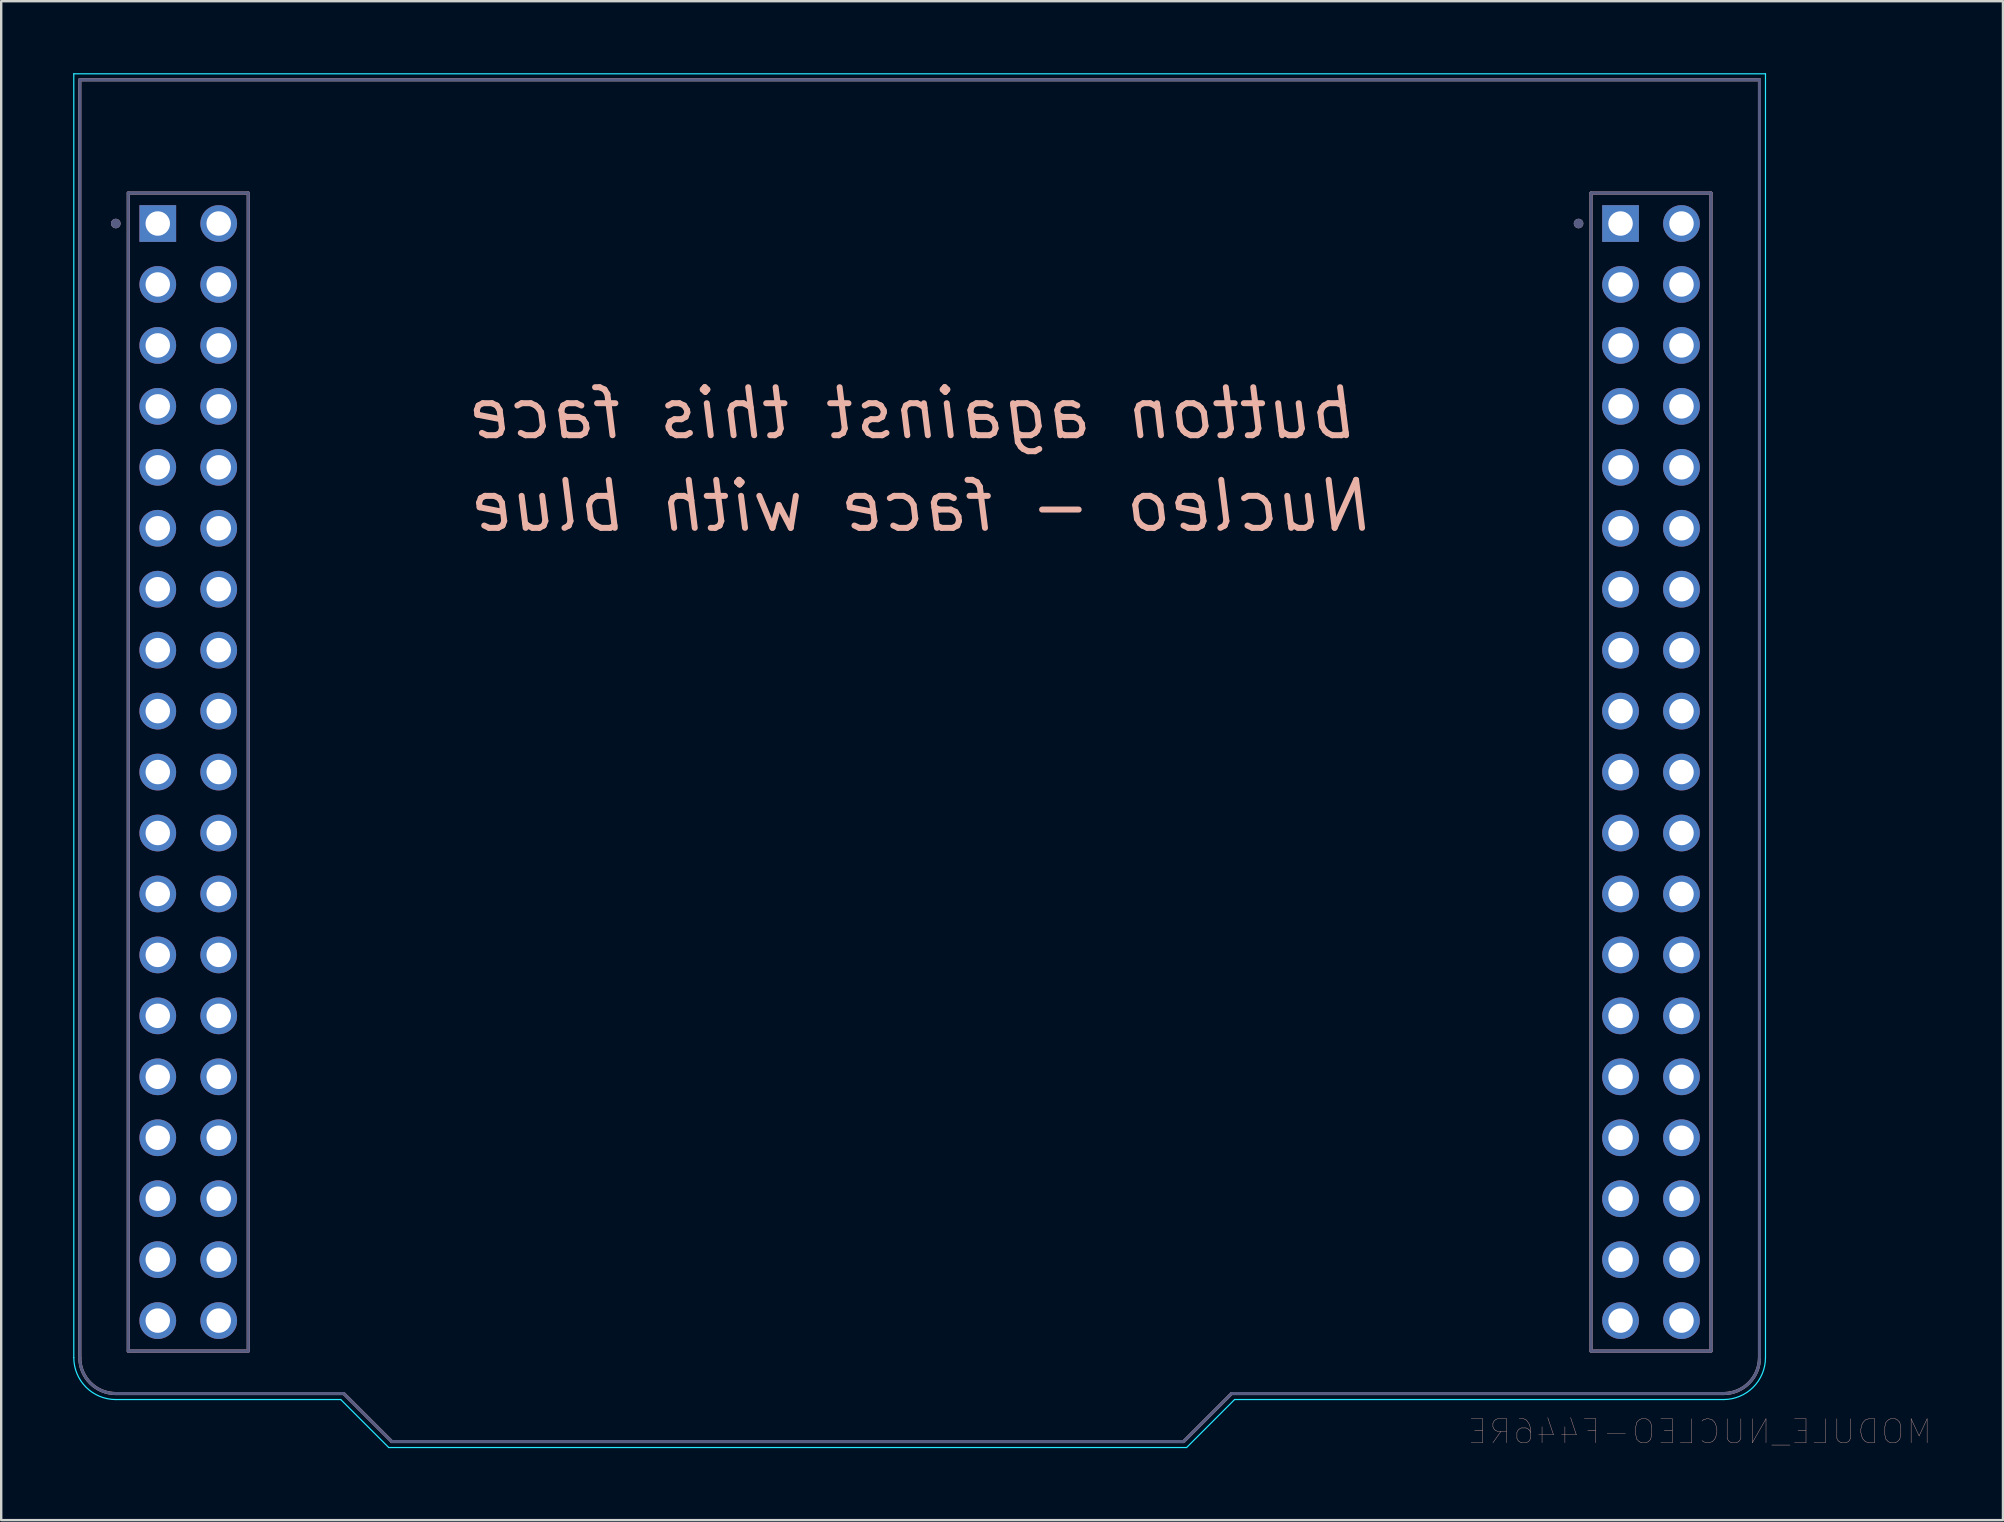
<source format=kicad_pcb>
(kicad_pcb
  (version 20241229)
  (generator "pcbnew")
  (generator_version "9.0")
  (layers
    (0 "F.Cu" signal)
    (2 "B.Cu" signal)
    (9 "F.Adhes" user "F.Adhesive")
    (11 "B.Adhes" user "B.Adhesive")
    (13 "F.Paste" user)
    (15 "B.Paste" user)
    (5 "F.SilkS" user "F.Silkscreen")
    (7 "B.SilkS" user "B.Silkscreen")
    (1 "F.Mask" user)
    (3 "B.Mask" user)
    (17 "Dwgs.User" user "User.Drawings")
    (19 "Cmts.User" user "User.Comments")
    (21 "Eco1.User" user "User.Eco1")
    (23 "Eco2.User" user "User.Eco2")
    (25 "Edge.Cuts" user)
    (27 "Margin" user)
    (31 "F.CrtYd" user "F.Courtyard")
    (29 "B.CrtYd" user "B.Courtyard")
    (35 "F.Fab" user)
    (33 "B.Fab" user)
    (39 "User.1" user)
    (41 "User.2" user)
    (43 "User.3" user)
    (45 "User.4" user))
  (footprint "MODULE_NUCLEO-F446RE"
    (layer "F.Cu")
    (at 35.275 15.775)
    (property "Reference" "MODULE_NUCLEO-F446RE" (at 32.51 40.84 0) (layer "B.SilkS") (effects (font (size 1 1) (thickness 0.015)) (justify mirror)))
    (attr through_hole)
    (fp_line (start -35 -15.5) (end 35 -15.5) (stroke (width 0.127) (type solid)) (layer "B.SilkS"))
    (fp_line (start -35 37.75) (end -35 -15.5) (stroke (width 0.127) (type solid)) (layer "B.SilkS"))
    (fp_line (start -32.98 -10.78) (end -32.98 37.48) (stroke (width 0.127) (type solid)) (layer "B.SilkS"))
    (fp_line (start -32.98 37.48) (end -27.98 37.48) (stroke (width 0.127) (type solid)) (layer "B.SilkS"))
    (fp_line (start -27.98 -10.78) (end -32.98 -10.78) (stroke (width 0.127) (type solid)) (layer "B.SilkS"))
    (fp_line (start -27.98 37.48) (end -27.98 -10.78) (stroke (width 0.127) (type solid)) (layer "B.SilkS"))
    (fp_line (start -24 39.25) (end -33.5 39.25) (stroke (width 0.127) (type solid)) (layer "B.SilkS"))
    (fp_line (start -22 41.25) (end -24 39.25) (stroke (width 0.127) (type solid)) (layer "B.SilkS"))
    (fp_line (start 11 41.25) (end -22 41.25) (stroke (width 0.127) (type solid)) (layer "B.SilkS"))
    (fp_line (start 13 39.25) (end 11 41.25) (stroke (width 0.127) (type solid)) (layer "B.SilkS"))
    (fp_line (start 27.98 -10.78) (end 27.98 37.48) (stroke (width 0.127) (type solid)) (layer "B.SilkS"))
    (fp_line (start 27.98 37.48) (end 32.98 37.48) (stroke (width 0.127) (type solid)) (layer "B.SilkS"))
    (fp_line (start 32.98 -10.78) (end 27.98 -10.78) (stroke (width 0.127) (type solid)) (layer "B.SilkS"))
    (fp_line (start 32.98 37.48) (end 32.98 -10.78) (stroke (width 0.127) (type solid)) (layer "B.SilkS"))
    (fp_line (start 33.5 39.25) (end 13 39.25) (stroke (width 0.127) (type solid)) (layer "B.SilkS"))
    (fp_line (start 35 -15.5) (end 35 37.75) (stroke (width 0.127) (type solid)) (layer "B.SilkS"))
    (fp_arc (start -33.5 39.25) (mid -34.56066 38.81066) (end -35 37.75) (stroke (width 0.127) (type solid)) (layer "B.SilkS"))
    (fp_arc (start 35 37.75) (mid 34.56066 38.81066) (end 33.5 39.25) (stroke (width 0.127) (type solid)) (layer "B.SilkS"))
    (fp_circle (center -33.5 -9.51) (end -33.4 -9.51) (stroke (width 0.2) (type solid)) (fill no) (layer "B.SilkS"))
    (fp_circle (center 27.46 -9.51) (end 27.56 -9.51) (stroke (width 0.2) (type solid)) (fill no) (layer "B.SilkS"))
    (fp_line (start -35.25 -15.75) (end 35.25 -15.75) (stroke (width 0.05) (type solid)) (layer "B.CrtYd"))
    (fp_line (start -35.25 37.75) (end -35.25 -15.75) (stroke (width 0.05) (type solid)) (layer "B.CrtYd"))
    (fp_line (start -24.125 39.5) (end -33.5 39.5) (stroke (width 0.05) (type solid)) (layer "B.CrtYd"))
    (fp_line (start -22.125 41.5) (end -24.125 39.5) (stroke (width 0.05) (type solid)) (layer "B.CrtYd"))
    (fp_line (start 11.125 41.5) (end -22.125 41.5) (stroke (width 0.05) (type solid)) (layer "B.CrtYd"))
    (fp_line (start 13.125 39.5) (end 11.125 41.5) (stroke (width 0.05) (type solid)) (layer "B.CrtYd"))
    (fp_line (start 33.5 39.5) (end 13.125 39.5) (stroke (width 0.05) (type solid)) (layer "B.CrtYd"))
    (fp_line (start 35.25 -15.75) (end 35.25 37.75) (stroke (width 0.05) (type solid)) (layer "B.CrtYd"))
    (fp_arc (start -33.5 39.5) (mid -34.737437 38.987437) (end -35.25 37.75) (stroke (width 0.05) (type solid)) (layer "B.CrtYd"))
    (fp_arc (start 35.25 37.75) (mid 34.737437 38.987437) (end 33.5 39.5) (stroke (width 0.05) (type solid)) (layer "B.CrtYd"))
    (fp_line (start -35 -15.5) (end 35 -15.5) (stroke (width 0.127) (type solid)) (layer "B.Fab"))
    (fp_line (start -35 37.75) (end -35 -15.5) (stroke (width 0.127) (type solid)) (layer "B.Fab"))
    (fp_line (start -32.98 -10.78) (end -32.98 37.48) (stroke (width 0.127) (type solid)) (layer "B.Fab"))
    (fp_line (start -32.98 37.48) (end -27.98 37.48) (stroke (width 0.127) (type solid)) (layer "B.Fab"))
    (fp_line (start -27.98 -10.78) (end -32.98 -10.78) (stroke (width 0.127) (type solid)) (layer "B.Fab"))
    (fp_line (start -27.98 37.48) (end -27.98 -10.78) (stroke (width 0.127) (type solid)) (layer "B.Fab"))
    (fp_line (start -24 39.25) (end -33.5 39.25) (stroke (width 0.127) (type solid)) (layer "B.Fab"))
    (fp_line (start -22 41.25) (end -24 39.25) (stroke (width 0.127) (type solid)) (layer "B.Fab"))
    (fp_line (start 11 41.25) (end -22 41.25) (stroke (width 0.127) (type solid)) (layer "B.Fab"))
    (fp_line (start 13 39.25) (end 11 41.25) (stroke (width 0.127) (type solid)) (layer "B.Fab"))
    (fp_line (start 27.98 -10.78) (end 27.98 37.48) (stroke (width 0.127) (type solid)) (layer "B.Fab"))
    (fp_line (start 27.98 37.48) (end 32.98 37.48) (stroke (width 0.127) (type solid)) (layer "B.Fab"))
    (fp_line (start 32.98 -10.78) (end 27.98 -10.78) (stroke (width 0.127) (type solid)) (layer "B.Fab"))
    (fp_line (start 32.98 37.48) (end 32.98 -10.78) (stroke (width 0.127) (type solid)) (layer "B.Fab"))
    (fp_line (start 33.5 39.25) (end 13 39.25) (stroke (width 0.127) (type solid)) (layer "B.Fab"))
    (fp_line (start 35 -15.5) (end 35 37.75) (stroke (width 0.127) (type solid)) (layer "B.Fab"))
    (fp_arc (start -33.5 39.25) (mid -34.56066 38.81066) (end -35 37.75) (stroke (width 0.127) (type solid)) (layer "B.Fab"))
    (fp_arc (start 35 37.75) (mid 34.56066 38.81066) (end 33.5 39.25) (stroke (width 0.127) (type solid)) (layer "B.Fab"))
    (fp_circle (center -33.5 -9.51) (end -33.4 -9.51) (stroke (width 0.2) (type solid)) (fill no) (layer "B.Fab"))
    (fp_circle (center 27.46 -9.51) (end 27.56 -9.51) (stroke (width 0.2) (type solid)) (fill no) (layer "B.Fab"))
    (fp_text user "Nucleo - face with blue" (at 0.14 2.26 180) (layer "B.SilkS") (effects (font (size 2 2) (thickness 0.25) (italic yes)) (justify mirror)))
    (fp_text user "button against this face" (at -0.24 -1.6 180) (layer "B.SilkS") (effects (font (size 2 2) (thickness 0.25) (italic yes)) (justify mirror)))
    (pad "CN7_1" thru_hole rect (at -31.75 -9.51) (size 1.53 1.53) (drill 1.02) (layers "*.Cu" "*.Mask"))
    (pad "CN7_2" thru_hole circle (at -29.21 -9.51) (size 1.53 1.53) (drill 1.02) (layers "*.Cu" "*.Mask"))
    (pad "CN7_3" thru_hole circle (at -31.75 -6.97) (size 1.53 1.53) (drill 1.02) (layers "*.Cu" "*.Mask"))
    (pad "CN7_4" thru_hole circle (at -29.21 -6.97) (size 1.53 1.53) (drill 1.02) (layers "*.Cu" "*.Mask"))
    (pad "CN7_5" thru_hole circle (at -31.75 -4.43) (size 1.53 1.53) (drill 1.02) (layers "*.Cu" "*.Mask"))
    (pad "CN7_6" thru_hole circle (at -29.21 -4.43) (size 1.53 1.53) (drill 1.02) (layers "*.Cu" "*.Mask"))
    (pad "CN7_7" thru_hole circle (at -31.75 -1.89) (size 1.53 1.53) (drill 1.02) (layers "*.Cu" "*.Mask"))
    (pad "CN7_8" thru_hole circle (at -29.21 -1.89) (size 1.53 1.53) (drill 1.02) (layers "*.Cu" "*.Mask"))
    (pad "CN7_9" thru_hole circle (at -31.75 0.65) (size 1.53 1.53) (drill 1.02) (layers "*.Cu" "*.Mask"))
    (pad "CN7_10" thru_hole circle (at -29.21 0.65) (size 1.53 1.53) (drill 1.02) (layers "*.Cu" "*.Mask"))
    (pad "CN7_11" thru_hole circle (at -31.75 3.19) (size 1.53 1.53) (drill 1.02) (layers "*.Cu" "*.Mask"))
    (pad "CN7_12" thru_hole circle (at -29.21 3.19) (size 1.53 1.53) (drill 1.02) (layers "*.Cu" "*.Mask"))
    (pad "CN7_13" thru_hole circle (at -31.75 5.73) (size 1.53 1.53) (drill 1.02) (layers "*.Cu" "*.Mask"))
    (pad "CN7_14" thru_hole circle (at -29.21 5.73) (size 1.53 1.53) (drill 1.02) (layers "*.Cu" "*.Mask"))
    (pad "CN7_15" thru_hole circle (at -31.75 8.27) (size 1.53 1.53) (drill 1.02) (layers "*.Cu" "*.Mask"))
    (pad "CN7_16" thru_hole circle (at -29.21 8.27) (size 1.53 1.53) (drill 1.02) (layers "*.Cu" "*.Mask"))
    (pad "CN7_17" thru_hole circle (at -31.75 10.81) (size 1.53 1.53) (drill 1.02) (layers "*.Cu" "*.Mask"))
    (pad "CN7_18" thru_hole circle (at -29.21 10.81) (size 1.53 1.53) (drill 1.02) (layers "*.Cu" "*.Mask"))
    (pad "CN7_19" thru_hole circle (at -31.75 13.35) (size 1.53 1.53) (drill 1.02) (layers "*.Cu" "*.Mask"))
    (pad "CN7_20" thru_hole circle (at -29.21 13.35) (size 1.53 1.53) (drill 1.02) (layers "*.Cu" "*.Mask"))
    (pad "CN7_21" thru_hole circle (at -31.75 15.89) (size 1.53 1.53) (drill 1.02) (layers "*.Cu" "*.Mask"))
    (pad "CN7_22" thru_hole circle (at -29.21 15.89) (size 1.53 1.53) (drill 1.02) (layers "*.Cu" "*.Mask"))
    (pad "CN7_23" thru_hole circle (at -31.75 18.43) (size 1.53 1.53) (drill 1.02) (layers "*.Cu" "*.Mask"))
    (pad "CN7_24" thru_hole circle (at -29.21 18.43) (size 1.53 1.53) (drill 1.02) (layers "*.Cu" "*.Mask"))
    (pad "CN7_25" thru_hole circle (at -31.75 20.97) (size 1.53 1.53) (drill 1.02) (layers "*.Cu" "*.Mask"))
    (pad "CN7_26" thru_hole circle (at -29.21 20.97) (size 1.53 1.53) (drill 1.02) (layers "*.Cu" "*.Mask"))
    (pad "CN7_27" thru_hole circle (at -31.75 23.51) (size 1.53 1.53) (drill 1.02) (layers "*.Cu" "*.Mask"))
    (pad "CN7_28" thru_hole circle (at -29.21 23.51) (size 1.53 1.53) (drill 1.02) (layers "*.Cu" "*.Mask"))
    (pad "CN7_29" thru_hole circle (at -31.75 26.05) (size 1.53 1.53) (drill 1.02) (layers "*.Cu" "*.Mask"))
    (pad "CN7_30" thru_hole circle (at -29.21 26.05) (size 1.53 1.53) (drill 1.02) (layers "*.Cu" "*.Mask"))
    (pad "CN7_31" thru_hole circle (at -31.75 28.59) (size 1.53 1.53) (drill 1.02) (layers "*.Cu" "*.Mask"))
    (pad "CN7_32" thru_hole circle (at -29.21 28.59) (size 1.53 1.53) (drill 1.02) (layers "*.Cu" "*.Mask"))
    (pad "CN7_33" thru_hole circle (at -31.75 31.13) (size 1.53 1.53) (drill 1.02) (layers "*.Cu" "*.Mask"))
    (pad "CN7_34" thru_hole circle (at -29.21 31.13) (size 1.53 1.53) (drill 1.02) (layers "*.Cu" "*.Mask"))
    (pad "CN7_35" thru_hole circle (at -31.75 33.67) (size 1.53 1.53) (drill 1.02) (layers "*.Cu" "*.Mask"))
    (pad "CN7_36" thru_hole circle (at -29.21 33.67) (size 1.53 1.53) (drill 1.02) (layers "*.Cu" "*.Mask"))
    (pad "CN7_37" thru_hole circle (at -31.75 36.21) (size 1.53 1.53) (drill 1.02) (layers "*.Cu" "*.Mask"))
    (pad "CN7_38" thru_hole circle (at -29.21 36.21) (size 1.53 1.53) (drill 1.02) (layers "*.Cu" "*.Mask"))
    (pad "CN10_1" thru_hole rect (at 29.21 -9.51) (size 1.53 1.53) (drill 1.02) (layers "*.Cu" "*.Mask"))
    (pad "CN10_2" thru_hole circle (at 31.75 -9.51) (size 1.53 1.53) (drill 1.02) (layers "*.Cu" "*.Mask"))
    (pad "CN10_3" thru_hole circle (at 29.21 -6.97) (size 1.53 1.53) (drill 1.02) (layers "*.Cu" "*.Mask"))
    (pad "CN10_4" thru_hole circle (at 31.75 -6.97) (size 1.53 1.53) (drill 1.02) (layers "*.Cu" "*.Mask"))
    (pad "CN10_5" thru_hole circle (at 29.21 -4.43) (size 1.53 1.53) (drill 1.02) (layers "*.Cu" "*.Mask"))
    (pad "CN10_6" thru_hole circle (at 31.75 -4.43) (size 1.53 1.53) (drill 1.02) (layers "*.Cu" "*.Mask"))
    (pad "CN10_7" thru_hole circle (at 29.21 -1.89) (size 1.53 1.53) (drill 1.02) (layers "*.Cu" "*.Mask"))
    (pad "CN10_8" thru_hole circle (at 31.75 -1.89) (size 1.53 1.53) (drill 1.02) (layers "*.Cu" "*.Mask"))
    (pad "CN10_9" thru_hole circle (at 29.21 0.65) (size 1.53 1.53) (drill 1.02) (layers "*.Cu" "*.Mask"))
    (pad "CN10_10" thru_hole circle (at 31.75 0.65) (size 1.53 1.53) (drill 1.02) (layers "*.Cu" "*.Mask"))
    (pad "CN10_11" thru_hole circle (at 29.21 3.19) (size 1.53 1.53) (drill 1.02) (layers "*.Cu" "*.Mask"))
    (pad "CN10_12" thru_hole circle (at 31.75 3.19) (size 1.53 1.53) (drill 1.02) (layers "*.Cu" "*.Mask"))
    (pad "CN10_13" thru_hole circle (at 29.21 5.73) (size 1.53 1.53) (drill 1.02) (layers "*.Cu" "*.Mask"))
    (pad "CN10_14" thru_hole circle (at 31.75 5.73) (size 1.53 1.53) (drill 1.02) (layers "*.Cu" "*.Mask"))
    (pad "CN10_15" thru_hole circle (at 29.21 8.27) (size 1.53 1.53) (drill 1.02) (layers "*.Cu" "*.Mask"))
    (pad "CN10_16" thru_hole circle (at 31.75 8.27) (size 1.53 1.53) (drill 1.02) (layers "*.Cu" "*.Mask"))
    (pad "CN10_17" thru_hole circle (at 29.21 10.81) (size 1.53 1.53) (drill 1.02) (layers "*.Cu" "*.Mask"))
    (pad "CN10_18" thru_hole circle (at 31.75 10.81) (size 1.53 1.53) (drill 1.02) (layers "*.Cu" "*.Mask"))
    (pad "CN10_19" thru_hole circle (at 29.21 13.35) (size 1.53 1.53) (drill 1.02) (layers "*.Cu" "*.Mask"))
    (pad "CN10_20" thru_hole circle (at 31.75 13.35) (size 1.53 1.53) (drill 1.02) (layers "*.Cu" "*.Mask"))
    (pad "CN10_21" thru_hole circle (at 29.21 15.89) (size 1.53 1.53) (drill 1.02) (layers "*.Cu" "*.Mask"))
    (pad "CN10_22" thru_hole circle (at 31.75 15.89) (size 1.53 1.53) (drill 1.02) (layers "*.Cu" "*.Mask"))
    (pad "CN10_23" thru_hole circle (at 29.21 18.43) (size 1.53 1.53) (drill 1.02) (layers "*.Cu" "*.Mask"))
    (pad "CN10_24" thru_hole circle (at 31.75 18.43) (size 1.53 1.53) (drill 1.02) (layers "*.Cu" "*.Mask"))
    (pad "CN10_25" thru_hole circle (at 29.21 20.97) (size 1.53 1.53) (drill 1.02) (layers "*.Cu" "*.Mask"))
    (pad "CN10_26" thru_hole circle (at 31.75 20.97) (size 1.53 1.53) (drill 1.02) (layers "*.Cu" "*.Mask"))
    (pad "CN10_27" thru_hole circle (at 29.21 23.51) (size 1.53 1.53) (drill 1.02) (layers "*.Cu" "*.Mask"))
    (pad "CN10_28" thru_hole circle (at 31.75 23.51) (size 1.53 1.53) (drill 1.02) (layers "*.Cu" "*.Mask"))
    (pad "CN10_29" thru_hole circle (at 29.21 26.05) (size 1.53 1.53) (drill 1.02) (layers "*.Cu" "*.Mask"))
    (pad "CN10_30" thru_hole circle (at 31.75 26.05) (size 1.53 1.53) (drill 1.02) (layers "*.Cu" "*.Mask"))
    (pad "CN10_31" thru_hole circle (at 29.21 28.59) (size 1.53 1.53) (drill 1.02) (layers "*.Cu" "*.Mask"))
    (pad "CN10_32" thru_hole circle (at 31.75 28.59) (size 1.53 1.53) (drill 1.02) (layers "*.Cu" "*.Mask"))
    (pad "CN10_33" thru_hole circle (at 29.21 31.13) (size 1.53 1.53) (drill 1.02) (layers "*.Cu" "*.Mask"))
    (pad "CN10_34" thru_hole circle (at 31.75 31.13) (size 1.53 1.53) (drill 1.02) (layers "*.Cu" "*.Mask"))
    (pad "CN10_35" thru_hole circle (at 29.21 33.67) (size 1.53 1.53) (drill 1.02) (layers "*.Cu" "*.Mask"))
    (pad "CN10_36" thru_hole circle (at 31.75 33.67) (size 1.53 1.53) (drill 1.02) (layers "*.Cu" "*.Mask"))
    (pad "CN10_37" thru_hole circle (at 29.21 36.21) (size 1.53 1.53) (drill 1.02) (layers "*.Cu" "*.Mask"))
    (pad "CN10_38" thru_hole circle (at 31.75 36.21) (size 1.53 1.53) (drill 1.02) (layers "*.Cu" "*.Mask")))
  (gr_rect
    (start -3 -3)
    (end 80.422 60.3)
    (stroke (width 0.1) (type default))
    (fill no)
    (layer "Edge.Cuts")))
</source>
